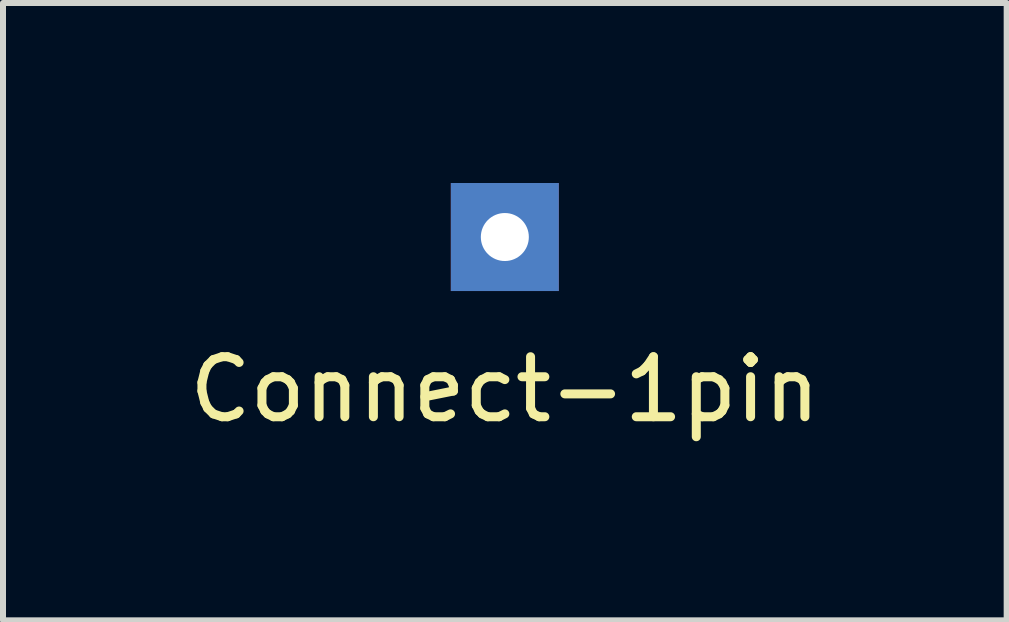
<source format=kicad_pcb>
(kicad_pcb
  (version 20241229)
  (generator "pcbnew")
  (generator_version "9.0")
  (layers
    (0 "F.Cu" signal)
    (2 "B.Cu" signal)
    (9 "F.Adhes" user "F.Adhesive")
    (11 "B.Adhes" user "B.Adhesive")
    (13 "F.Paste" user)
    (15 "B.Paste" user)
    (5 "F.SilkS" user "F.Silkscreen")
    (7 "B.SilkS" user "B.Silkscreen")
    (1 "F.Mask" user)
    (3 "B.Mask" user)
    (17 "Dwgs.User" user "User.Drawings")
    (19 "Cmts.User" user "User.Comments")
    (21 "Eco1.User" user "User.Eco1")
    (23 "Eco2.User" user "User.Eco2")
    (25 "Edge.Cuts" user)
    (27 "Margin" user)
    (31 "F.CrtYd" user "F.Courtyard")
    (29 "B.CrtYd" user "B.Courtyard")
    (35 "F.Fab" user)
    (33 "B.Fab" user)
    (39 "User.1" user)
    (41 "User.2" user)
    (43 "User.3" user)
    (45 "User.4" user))
  (footprint "Connect-1pin"
    (layer "F.Cu")
    (at 5.363 0.9)
    (property "Reference" "Connect-1pin" (at 0 2.54 0) (layer "F.SilkS") (effects (font (size 1 1) (thickness 0.15))))
    (attr through_hole)
    (pad "1" thru_hole rect (at 0 0) (size 1.8 1.8) (drill 0.8) (layers "*.Cu" "*.Mask")))
  (gr_rect
    (start -3 -3)
    (end 13.726 7.288)
    (stroke (width 0.1) (type default))
    (fill no)
    (layer "Edge.Cuts")))
</source>
